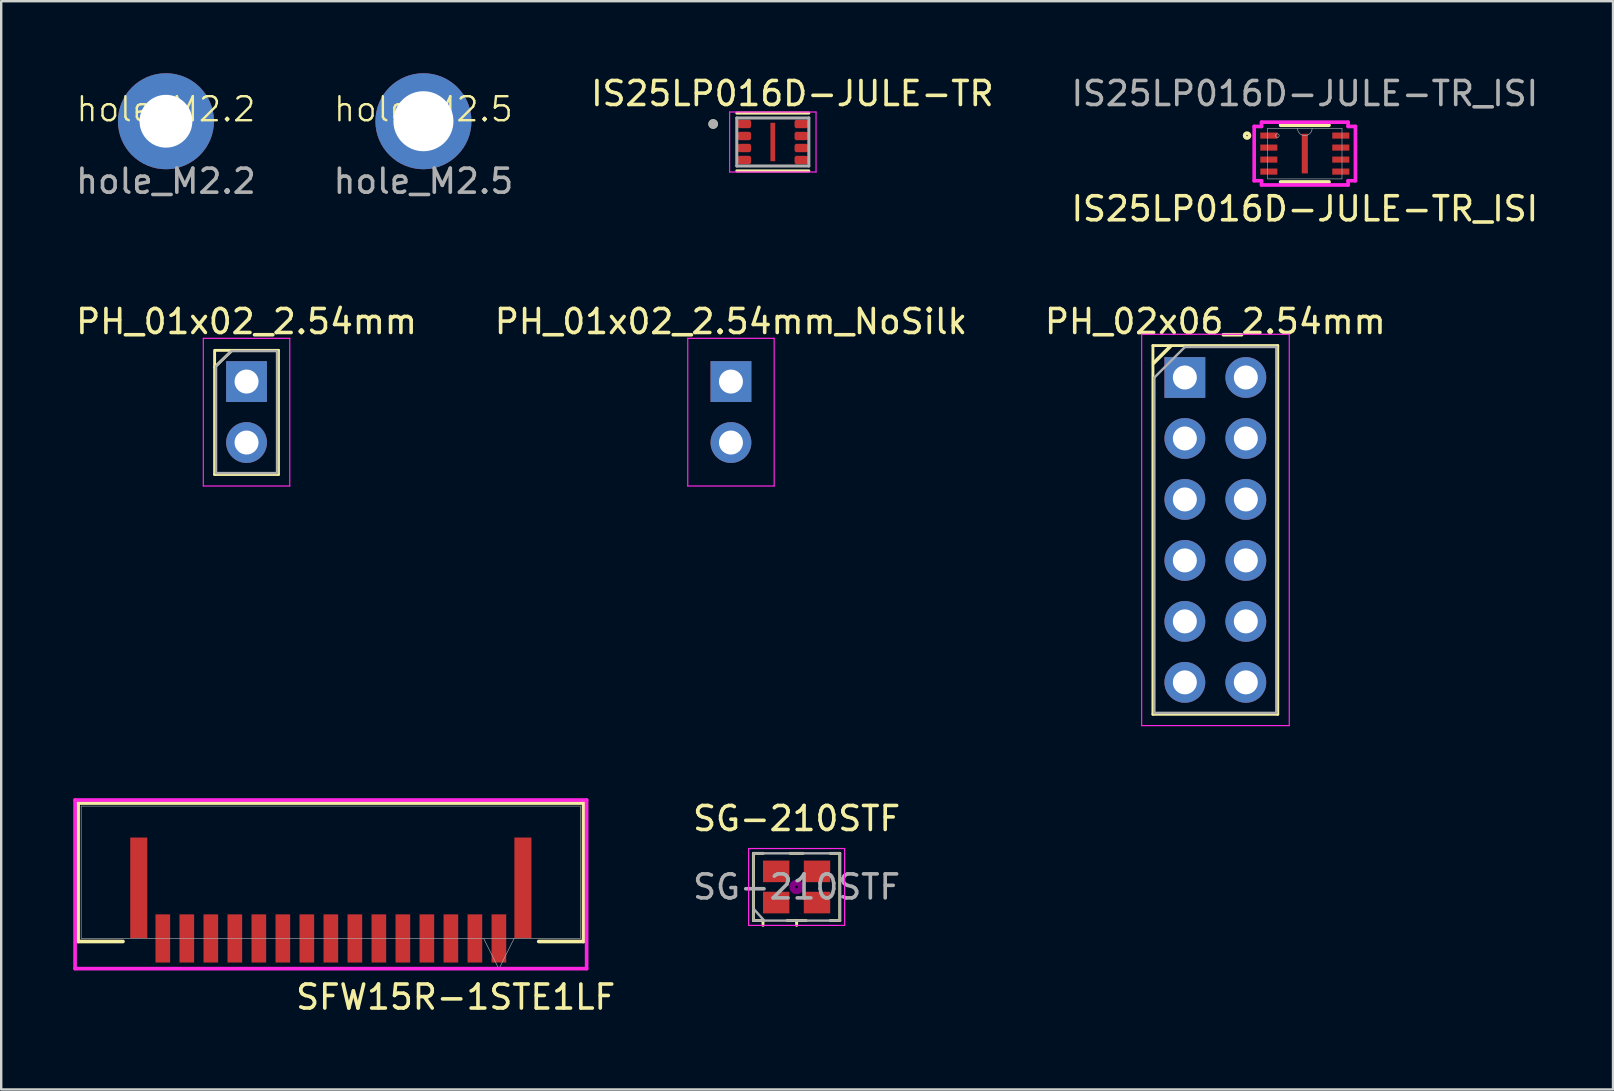
<source format=kicad_pcb>
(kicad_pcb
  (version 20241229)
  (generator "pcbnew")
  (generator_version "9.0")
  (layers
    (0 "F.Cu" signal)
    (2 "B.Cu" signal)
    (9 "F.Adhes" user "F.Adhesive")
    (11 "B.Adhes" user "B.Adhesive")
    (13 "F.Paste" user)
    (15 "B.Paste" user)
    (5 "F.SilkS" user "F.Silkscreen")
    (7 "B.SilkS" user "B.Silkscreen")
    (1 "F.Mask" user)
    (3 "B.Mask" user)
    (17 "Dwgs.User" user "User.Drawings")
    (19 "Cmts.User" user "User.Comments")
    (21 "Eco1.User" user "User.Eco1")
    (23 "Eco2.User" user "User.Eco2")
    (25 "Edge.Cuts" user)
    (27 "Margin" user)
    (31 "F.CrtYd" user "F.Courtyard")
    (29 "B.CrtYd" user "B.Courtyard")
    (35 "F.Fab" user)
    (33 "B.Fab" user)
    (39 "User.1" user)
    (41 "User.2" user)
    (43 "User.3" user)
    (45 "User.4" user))
  (footprint "PH_01x02_2.54mm_NoSilk"
    (layer "F.Cu")
    (at 27.399 12.845)
    (property "Reference" "PH_01x02_2.54mm_NoSilk" (at 0 -2.5 0) (layer "F.SilkS") (effects (font (size 1 1) (thickness 0.15))))
    (attr through_hole)
    (fp_line (start -1.8 -1.8) (end -1.8 4.35) (stroke (width 0.05) (type solid)) (layer "F.CrtYd"))
    (fp_line (start -1.8 4.35) (end 1.8 4.35) (stroke (width 0.05) (type solid)) (layer "F.CrtYd"))
    (fp_line (start 1.8 -1.8) (end -1.8 -1.8) (stroke (width 0.05) (type solid)) (layer "F.CrtYd"))
    (fp_line (start 1.8 4.35) (end 1.8 -1.8) (stroke (width 0.05) (type solid)) (layer "F.CrtYd"))
    (pad "1" thru_hole rect (at 0 0) (size 1.7 1.7) (drill 1) (layers "*.Cu" "*.Mask"))
    (pad "2" thru_hole oval (at 0 2.54) (size 1.7 1.7) (drill 1) (layers "*.Cu" "*.Mask")))
  (footprint "SG-210STF"
    (layer "F.Cu")
    (at 30.134 33.898)
    (property "Reference" "SG-210STF" (at 0 -2.85 0) (layer "F.SilkS") (effects (font (size 1 1) (thickness 0.15))))
    (attr smd)
    (fp_line (start -1.8 -1.4) (end -1.385 -1.4) (stroke (width 0.12) (type solid)) (layer "F.SilkS"))
    (fp_line (start -1.8 1.4) (end -1.8 -1.4) (stroke (width 0.12) (type solid)) (layer "F.SilkS"))
    (fp_line (start -1.4 1.4) (end -1.8 1.4) (stroke (width 0.12) (type solid)) (layer "F.SilkS"))
    (fp_line (start -1.4 1.6) (end -1.4 1.4) (stroke (width 0.12) (type solid)) (layer "F.SilkS"))
    (fp_line (start -0.27 -1.4) (end 0.27 -1.4) (stroke (width 0.12) (type solid)) (layer "F.SilkS"))
    (fp_line (start 0 1.6) (end 0 1.4) (stroke (width 0.12) (type solid)) (layer "F.SilkS"))
    (fp_line (start 0.4 1.4) (end -0.4 1.4) (stroke (width 0.12) (type solid)) (layer "F.SilkS"))
    (fp_line (start 1.4 -1.4) (end 1.8 -1.4) (stroke (width 0.12) (type solid)) (layer "F.SilkS"))
    (fp_line (start 1.8 -1.4) (end 1.8 1.4) (stroke (width 0.12) (type solid)) (layer "F.SilkS"))
    (fp_line (start 1.8 1.4) (end 1.4 1.4) (stroke (width 0.12) (type solid)) (layer "F.SilkS"))
    (fp_circle (center 0 0) (end 0.058 0) (stroke (width 0.117) (type solid)) (fill no) (layer "F.Adhes"))
    (fp_circle (center 0 0) (end 0.133 0) (stroke (width 0.083) (type solid)) (fill no) (layer "F.Adhes"))
    (fp_circle (center 0 0) (end 0.208 0) (stroke (width 0.083) (type solid)) (fill no) (layer "F.Adhes"))
    (fp_circle (center 0 0) (end 0.25 0) (stroke (width 0.1) (type solid)) (fill no) (layer "F.Adhes"))
    (fp_line (start -2 -1.6) (end -2 1.6) (stroke (width 0.05) (type solid)) (layer "F.CrtYd"))
    (fp_line (start -2 1.6) (end 2 1.6) (stroke (width 0.05) (type solid)) (layer "F.CrtYd"))
    (fp_line (start 2 -1.6) (end -2 -1.6) (stroke (width 0.05) (type solid)) (layer "F.CrtYd"))
    (fp_line (start 2 1.6) (end 2 -1.6) (stroke (width 0.05) (type solid)) (layer "F.CrtYd"))
    (fp_line (start -1.8 -1.4) (end -1.8 1.4) (stroke (width 0.1) (type solid)) (layer "F.Fab"))
    (fp_line (start -1.8 0.9) (end -1.35 1.4) (stroke (width 0.1) (type solid)) (layer "F.Fab"))
    (fp_line (start -1.8 1.4) (end 1.8 1.4) (stroke (width 0.1) (type solid)) (layer "F.Fab"))
    (fp_line (start 1.8 -1.4) (end -1.8 -1.4) (stroke (width 0.1) (type solid)) (layer "F.Fab"))
    (fp_line (start 1.8 1.4) (end 1.8 -1.4) (stroke (width 0.1) (type solid)) (layer "F.Fab"))
    (fp_text user "${REFERENCE}" (at 0 0 0) (layer "F.Fab") (effects (font (size 1 1) (thickness 0.15))))
    (pad "1" smd rect (at -0.85 0.65) (size 1.1 0.9) (layers "F.Cu" "F.Mask" "F.Paste"))
    (pad "2" smd rect (at 0.85 0.65) (size 1.1 0.9) (layers "F.Cu" "F.Mask" "F.Paste"))
    (pad "3" smd rect (at 0.85 -0.65) (size 1.1 0.9) (layers "F.Cu" "F.Mask" "F.Paste"))
    (pad "4" smd rect (at -0.85 -0.65) (size 1.1 0.9) (layers "F.Cu" "F.Mask" "F.Paste")))
  (footprint "hole_M2.2"
    (layer "F.Cu")
    (at 3.863 2)
    (property "Reference" "hole_M2.2" (at 0 -0.5 0) (unlocked yes) (layer "F.SilkS") (effects (font (size 1 1) (thickness 0.1))))
    (attr smd)
    (fp_text user "${REFERENCE}" (at 0 2.5 0) (unlocked yes) (layer "F.Fab") (effects (font (size 1 1) (thickness 0.15))))
    (pad "1" thru_hole circle (at 0 0) (size 4 4) (drill 2.2) (layers "*.Cu" "*.Mask")))
  (footprint "IS25LP016D-JULE-TR"
    (layer "F.Cu")
    (at 29.143 2.865)
    (property "Reference" "IS25LP016D-JULE-TR" (at 0.815 -2.017 0) (layer "F.SilkS") (effects (font (size 1 1) (thickness 0.15))))
    (attr smd)
    (fp_line (start -1.5 -1.205) (end 1.5 -1.205) (stroke (width 0.127) (type solid)) (layer "F.SilkS"))
    (fp_line (start -1.5 1.205) (end 1.5 1.205) (stroke (width 0.127) (type solid)) (layer "F.SilkS"))
    (fp_circle (center -2.485 -0.75) (end -2.385 -0.75) (stroke (width 0.2) (type solid)) (fill no) (layer "F.SilkS"))
    (fp_poly (pts (xy -0.07 -0.565) (xy 0.07 -0.565) (xy 0.07 0.565) (xy -0.07 0.565)) (stroke (width 0.01) (type solid)) (fill yes) (layer "F.Paste"))
    (fp_line (start -1.8 -1.25) (end -1.8 1.25) (stroke (width 0.05) (type solid)) (layer "F.CrtYd"))
    (fp_line (start -1.8 -1.25) (end 1.8 -1.25) (stroke (width 0.05) (type solid)) (layer "F.CrtYd"))
    (fp_line (start -1.8 1.25) (end 1.8 1.25) (stroke (width 0.05) (type solid)) (layer "F.CrtYd"))
    (fp_line (start 1.8 -1.25) (end 1.8 1.25) (stroke (width 0.05) (type solid)) (layer "F.CrtYd"))
    (fp_line (start -1.5 -1) (end -1.5 1) (stroke (width 0.127) (type solid)) (layer "F.Fab"))
    (fp_line (start -1.5 -1) (end 1.5 -1) (stroke (width 0.127) (type solid)) (layer "F.Fab"))
    (fp_line (start -1.5 1) (end 1.5 1) (stroke (width 0.127) (type solid)) (layer "F.Fab"))
    (fp_line (start 1.5 -1) (end 1.5 1) (stroke (width 0.127) (type solid)) (layer "F.Fab"))
    (fp_circle (center -2.485 -0.75) (end -2.385 -0.75) (stroke (width 0.2) (type solid)) (fill no) (layer "F.Fab"))
    (pad "1" smd roundrect (at -1.185 -0.75) (size 0.56 0.35) (layers "F.Cu" "F.Mask" "F.Paste") (roundrect_rratio 0.25))
    (pad "2" smd roundrect (at -1.185 -0.25) (size 0.56 0.35) (layers "F.Cu" "F.Mask" "F.Paste") (roundrect_rratio 0.25))
    (pad "3" smd roundrect (at -1.185 0.25) (size 0.56 0.35) (layers "F.Cu" "F.Mask" "F.Paste") (roundrect_rratio 0.25))
    (pad "4" smd roundrect (at -1.185 0.75) (size 0.56 0.35) (layers "F.Cu" "F.Mask" "F.Paste") (roundrect_rratio 0.25))
    (pad "5" smd roundrect (at 1.185 0.75) (size 0.56 0.35) (layers "F.Cu" "F.Mask" "F.Paste") (roundrect_rratio 0.25))
    (pad "6" smd roundrect (at 1.185 0.25) (size 0.56 0.35) (layers "F.Cu" "F.Mask" "F.Paste") (roundrect_rratio 0.25))
    (pad "7" smd roundrect (at 1.185 -0.25) (size 0.56 0.35) (layers "F.Cu" "F.Mask" "F.Paste") (roundrect_rratio 0.25))
    (pad "8" smd roundrect (at 1.185 -0.75) (size 0.56 0.35) (layers "F.Cu" "F.Mask" "F.Paste") (roundrect_rratio 0.25))
    (pad "9" smd rect (at 0 0) (size 0.2 1.6) (layers "F.Cu" "F.Mask" "F.Paste")))
  (footprint "PH_02x06_2.54mm"
    (layer "F.Cu")
    (at 46.307 12.675)
    (property "Reference" "PH_02x06_2.54mm" (at 1.27 -2.33 0) (layer "F.SilkS") (effects (font (size 1 1) (thickness 0.15))))
    (attr through_hole)
    (fp_line (start -1.33 -1.33) (end -1.33 14.03) (stroke (width 0.12) (type solid)) (layer "F.SilkS"))
    (fp_line (start -1.33 -1.33) (end 3.87 -1.33) (stroke (width 0.12) (type solid)) (layer "F.SilkS"))
    (fp_line (start -1.33 14.03) (end 3.87 14.03) (stroke (width 0.12) (type solid)) (layer "F.SilkS"))
    (fp_line (start -0.6 -1.3) (end -1.3 -0.6) (stroke (width 0.15) (type default)) (layer "F.SilkS"))
    (fp_line (start 3.87 -1.33) (end 3.87 14.03) (stroke (width 0.12) (type solid)) (layer "F.SilkS"))
    (fp_line (start -1.8 -1.8) (end -1.8 14.5) (stroke (width 0.05) (type solid)) (layer "F.CrtYd"))
    (fp_line (start -1.8 14.5) (end 4.35 14.5) (stroke (width 0.05) (type solid)) (layer "F.CrtYd"))
    (fp_line (start 4.35 -1.8) (end -1.8 -1.8) (stroke (width 0.05) (type solid)) (layer "F.CrtYd"))
    (fp_line (start 4.35 14.5) (end 4.35 -1.8) (stroke (width 0.05) (type solid)) (layer "F.CrtYd"))
    (fp_line (start -1.27 0) (end 0 -1.27) (stroke (width 0.1) (type solid)) (layer "F.Fab"))
    (fp_line (start -1.27 13.97) (end -1.27 0) (stroke (width 0.1) (type solid)) (layer "F.Fab"))
    (fp_line (start 0 -1.27) (end 3.81 -1.27) (stroke (width 0.1) (type solid)) (layer "F.Fab"))
    (fp_line (start 3.81 -1.27) (end 3.81 13.97) (stroke (width 0.1) (type solid)) (layer "F.Fab"))
    (fp_line (start 3.81 13.97) (end -1.27 13.97) (stroke (width 0.1) (type solid)) (layer "F.Fab"))
    (pad "1" thru_hole rect (at 0 0) (size 1.7 1.7) (drill 1) (layers "*.Cu" "*.Mask"))
    (pad "2" thru_hole oval (at 2.54 0) (size 1.7 1.7) (drill 1) (layers "*.Cu" "*.Mask"))
    (pad "3" thru_hole oval (at 0 2.54) (size 1.7 1.7) (drill 1) (layers "*.Cu" "*.Mask"))
    (pad "4" thru_hole oval (at 2.54 2.54) (size 1.7 1.7) (drill 1) (layers "*.Cu" "*.Mask"))
    (pad "5" thru_hole oval (at 0 5.08) (size 1.7 1.7) (drill 1) (layers "*.Cu" "*.Mask"))
    (pad "6" thru_hole oval (at 2.54 5.08) (size 1.7 1.7) (drill 1) (layers "*.Cu" "*.Mask"))
    (pad "7" thru_hole oval (at 0 7.62) (size 1.7 1.7) (drill 1) (layers "*.Cu" "*.Mask"))
    (pad "8" thru_hole oval (at 2.54 7.62) (size 1.7 1.7) (drill 1) (layers "*.Cu" "*.Mask"))
    (pad "9" thru_hole oval (at 0 10.16) (size 1.7 1.7) (drill 1) (layers "*.Cu" "*.Mask"))
    (pad "10" thru_hole oval (at 2.54 10.16) (size 1.7 1.7) (drill 1) (layers "*.Cu" "*.Mask"))
    (pad "11" thru_hole oval (at 0 12.7) (size 1.7 1.7) (drill 1) (layers "*.Cu" "*.Mask"))
    (pad "12" thru_hole oval (at 2.54 12.7) (size 1.7 1.7) (drill 1) (layers "*.Cu" "*.Mask")))
  (footprint "IS25LP016D-JULE-TR_ISI"
    (layer "F.Cu")
    (at 51.304 3.348)
    (property "Reference" "IS25LP016D-JULE-TR_ISI" (at 0 2.3 0) (unlocked yes) (layer "F.SilkS") (effects (font (size 1 1) (thickness 0.15))))
    (attr smd)
    (fp_line (start -1.008 1.181) (end 1.008 1.181) (stroke (width 0.152) (type solid)) (layer "F.SilkS"))
    (fp_line (start 1.008 -1.181) (end -1.008 -1.181) (stroke (width 0.152) (type solid)) (layer "F.SilkS"))
    (fp_circle (center -2.406 -0.75) (end -2.304 -0.75) (stroke (width 0.152) (type solid)) (fill no) (layer "F.SilkS"))
    (fp_line (start -2.109 -1.131) (end -1.803 -1.131) (stroke (width 0.152) (type solid)) (layer "F.CrtYd"))
    (fp_line (start -2.109 1.131) (end -2.109 -1.131) (stroke (width 0.152) (type solid)) (layer "F.CrtYd"))
    (fp_line (start -2.109 1.131) (end -1.803 1.131) (stroke (width 0.152) (type solid)) (layer "F.CrtYd"))
    (fp_line (start -1.803 -1.308) (end 1.803 -1.308) (stroke (width 0.152) (type solid)) (layer "F.CrtYd"))
    (fp_line (start -1.803 -1.131) (end -1.803 -1.308) (stroke (width 0.152) (type solid)) (layer "F.CrtYd"))
    (fp_line (start -1.803 1.308) (end -1.803 1.131) (stroke (width 0.152) (type solid)) (layer "F.CrtYd"))
    (fp_line (start 1.803 -1.308) (end 1.803 -1.131) (stroke (width 0.152) (type solid)) (layer "F.CrtYd"))
    (fp_line (start 1.803 1.131) (end 1.803 1.308) (stroke (width 0.152) (type solid)) (layer "F.CrtYd"))
    (fp_line (start 1.803 1.308) (end -1.803 1.308) (stroke (width 0.152) (type solid)) (layer "F.CrtYd"))
    (fp_line (start 2.109 -1.131) (end 1.803 -1.131) (stroke (width 0.152) (type solid)) (layer "F.CrtYd"))
    (fp_line (start 2.109 -1.131) (end 2.109 1.131) (stroke (width 0.152) (type solid)) (layer "F.CrtYd"))
    (fp_line (start 2.109 1.131) (end 1.803 1.131) (stroke (width 0.152) (type solid)) (layer "F.CrtYd"))
    (fp_line (start -1.549 -1.054) (end -1.549 1.054) (stroke (width 0.025) (type solid)) (layer "F.Fab"))
    (fp_line (start -1.549 1.054) (end 1.549 1.054) (stroke (width 0.025) (type solid)) (layer "F.Fab"))
    (fp_line (start 1.549 -1.054) (end -1.549 -1.054) (stroke (width 0.025) (type solid)) (layer "F.Fab"))
    (fp_line (start 1.549 1.054) (end 1.549 -1.054) (stroke (width 0.025) (type solid)) (layer "F.Fab"))
    (fp_arc (start 0.3048 -1.0541) (mid 0 -0.7493) (end -0.3048 -1.0541) (stroke (width 0.0254) (type solid)) (layer "F.Fab"))
    (fp_circle (center -1.144 -0.75) (end -1.067 -0.75) (stroke (width 0.025) (type solid)) (fill no) (layer "F.Fab"))
    (fp_text user "${REFERENCE}" (at 0 -2.5 0) (unlocked yes) (layer "F.Fab") (effects (font (size 1 1) (thickness 0.15))))
    (pad "1" smd rect (at -1.499 -0.75) (size 0.711 0.254) (layers "F.Cu" "F.Mask" "F.Paste"))
    (pad "2" smd rect (at -1.499 -0.25) (size 0.711 0.254) (layers "F.Cu" "F.Mask" "F.Paste"))
    (pad "3" smd rect (at -1.499 0.25) (size 0.711 0.254) (layers "F.Cu" "F.Mask" "F.Paste"))
    (pad "4" smd rect (at -1.499 0.75) (size 0.711 0.254) (layers "F.Cu" "F.Mask" "F.Paste"))
    (pad "5" smd rect (at 1.499 0.75) (size 0.711 0.254) (layers "F.Cu" "F.Mask" "F.Paste"))
    (pad "6" smd rect (at 1.499 0.25) (size 0.711 0.254) (layers "F.Cu" "F.Mask" "F.Paste"))
    (pad "7" smd rect (at 1.499 -0.25) (size 0.711 0.254) (layers "F.Cu" "F.Mask" "F.Paste"))
    (pad "8" smd rect (at 1.499 -0.75) (size 0.711 0.254) (layers "F.Cu" "F.Mask" "F.Paste"))
    (pad "9" smd rect (at 0 0) (size 0.254 1.651) (layers "F.Cu" "F.Mask" "F.Paste")))
  (footprint "SFW15R-1STE1LF"
    (layer "F.Cu")
    (at 10.732 33.286)
    (property "Reference" "SFW15R-1STE1LF" (at 5.2 5.2 0) (unlocked yes) (layer "F.SilkS") (effects (font (size 1 1) (thickness 0.15))))
    (attr smd)
    (fp_line (start -10.528 -2.883) (end -10.528 2.883) (stroke (width 0.152) (type solid)) (layer "F.SilkS"))
    (fp_line (start -10.528 2.883) (end -8.659 2.883) (stroke (width 0.152) (type solid)) (layer "F.SilkS"))
    (fp_line (start 8.659 2.883) (end 10.528 2.883) (stroke (width 0.152) (type solid)) (layer "F.SilkS"))
    (fp_line (start 10.528 -2.883) (end -10.528 -2.883) (stroke (width 0.152) (type solid)) (layer "F.SilkS"))
    (fp_line (start 10.528 2.883) (end 10.528 -2.883) (stroke (width 0.152) (type solid)) (layer "F.SilkS"))
    (fp_line (start -10.655 -3.01) (end -10.655 4.013) (stroke (width 0.152) (type solid)) (layer "F.CrtYd"))
    (fp_line (start -10.655 4.013) (end 10.655 4.013) (stroke (width 0.152) (type solid)) (layer "F.CrtYd"))
    (fp_line (start 10.655 -3.01) (end -10.655 -3.01) (stroke (width 0.152) (type solid)) (layer "F.CrtYd"))
    (fp_line (start 10.655 4.013) (end 10.655 -3.01) (stroke (width 0.152) (type solid)) (layer "F.CrtYd"))
    (fp_line (start -10.401 -2.756) (end -10.401 2.756) (stroke (width 0.025) (type solid)) (layer "F.Fab"))
    (fp_line (start -10.401 2.756) (end 10.401 2.756) (stroke (width 0.025) (type solid)) (layer "F.Fab"))
    (fp_line (start 6.365 2.756) (end 7 4.026) (stroke (width 0.025) (type solid)) (layer "F.Fab"))
    (fp_line (start 7.635 2.756) (end 7 4.026) (stroke (width 0.025) (type solid)) (layer "F.Fab"))
    (fp_line (start 10.401 -2.756) (end -10.401 -2.756) (stroke (width 0.025) (type solid)) (layer "F.Fab"))
    (fp_line (start 10.401 2.756) (end 10.401 -2.756) (stroke (width 0.025) (type solid)) (layer "F.Fab"))
    (pad "1" smd rect (at 7 2.756) (size 0.61 2.007) (layers "F.Cu" "F.Mask" "F.Paste"))
    (pad "2" smd rect (at 6 2.756) (size 0.61 2.007) (layers "F.Cu" "F.Mask" "F.Paste"))
    (pad "3" smd rect (at 5 2.756) (size 0.61 2.007) (layers "F.Cu" "F.Mask" "F.Paste"))
    (pad "4" smd rect (at 4 2.756) (size 0.61 2.007) (layers "F.Cu" "F.Mask" "F.Paste"))
    (pad "5" smd rect (at 3 2.756) (size 0.61 2.007) (layers "F.Cu" "F.Mask" "F.Paste"))
    (pad "6" smd rect (at 2 2.756) (size 0.61 2.007) (layers "F.Cu" "F.Mask" "F.Paste"))
    (pad "7" smd rect (at 1 2.756) (size 0.61 2.007) (layers "F.Cu" "F.Mask" "F.Paste"))
    (pad "8" smd rect (at 0 2.756) (size 0.61 2.007) (layers "F.Cu" "F.Mask" "F.Paste"))
    (pad "9" smd rect (at -1 2.756) (size 0.61 2.007) (layers "F.Cu" "F.Mask" "F.Paste"))
    (pad "10" smd rect (at -2 2.756) (size 0.61 2.007) (layers "F.Cu" "F.Mask" "F.Paste"))
    (pad "11" smd rect (at -3 2.756) (size 0.61 2.007) (layers "F.Cu" "F.Mask" "F.Paste"))
    (pad "12" smd rect (at -4 2.756) (size 0.61 2.007) (layers "F.Cu" "F.Mask" "F.Paste"))
    (pad "13" smd rect (at -5 2.756) (size 0.61 2.007) (layers "F.Cu" "F.Mask" "F.Paste"))
    (pad "14" smd rect (at -6 2.756) (size 0.61 2.007) (layers "F.Cu" "F.Mask" "F.Paste"))
    (pad "15" smd rect (at -7 2.756) (size 0.61 2.007) (layers "F.Cu" "F.Mask" "F.Paste"))
    (pad "16" smd rect (at -8.001 0.648) (size 0.711 4.191) (layers "F.Cu" "F.Mask" "F.Paste"))
    (pad "17" smd rect (at 8.001 0.648) (size 0.711 4.191) (layers "F.Cu" "F.Mask" "F.Paste")))
  (footprint "PH_01x02_2.54mm"
    (layer "F.Cu")
    (at 7.22 12.845)
    (property "Reference" "PH_01x02_2.54mm" (at 0 -2.5 0) (layer "F.SilkS") (effects (font (size 1 1) (thickness 0.15))))
    (attr through_hole)
    (fp_line (start -1.33 -1.3) (end -1.33 3.87) (stroke (width 0.12) (type solid)) (layer "F.SilkS"))
    (fp_line (start -1.33 3.87) (end 1.33 3.87) (stroke (width 0.12) (type solid)) (layer "F.SilkS"))
    (fp_line (start -0.6 -1.3) (end -1.33 -0.6) (stroke (width 0.12) (type solid)) (layer "F.SilkS"))
    (fp_line (start 1.33 -1.3) (end -1.3 -1.3) (stroke (width 0.12) (type solid)) (layer "F.SilkS"))
    (fp_line (start 1.33 -1.3) (end 1.33 3.87) (stroke (width 0.12) (type solid)) (layer "F.SilkS"))
    (fp_line (start -1.8 -1.8) (end -1.8 4.35) (stroke (width 0.05) (type solid)) (layer "F.CrtYd"))
    (fp_line (start -1.8 4.35) (end 1.8 4.35) (stroke (width 0.05) (type solid)) (layer "F.CrtYd"))
    (fp_line (start 1.8 -1.8) (end -1.8 -1.8) (stroke (width 0.05) (type solid)) (layer "F.CrtYd"))
    (fp_line (start 1.8 4.35) (end 1.8 -1.8) (stroke (width 0.05) (type solid)) (layer "F.CrtYd"))
    (fp_line (start -1.27 -0.635) (end -0.635 -1.27) (stroke (width 0.1) (type solid)) (layer "F.Fab"))
    (fp_line (start -1.27 3.81) (end -1.27 -0.635) (stroke (width 0.1) (type solid)) (layer "F.Fab"))
    (fp_line (start -0.635 -1.27) (end 1.27 -1.27) (stroke (width 0.1) (type solid)) (layer "F.Fab"))
    (fp_line (start 1.27 -1.27) (end 1.27 3.81) (stroke (width 0.1) (type solid)) (layer "F.Fab"))
    (fp_line (start 1.27 3.81) (end -1.27 3.81) (stroke (width 0.1) (type solid)) (layer "F.Fab"))
    (pad "1" thru_hole rect (at 0 0) (size 1.7 1.7) (drill 1) (layers "*.Cu" "*.Mask"))
    (pad "2" thru_hole oval (at 0 2.54) (size 1.7 1.7) (drill 1) (layers "*.Cu" "*.Mask")))
  (footprint "hole_M2.5"
    (layer "F.Cu")
    (at 14.589 2)
    (property "Reference" "hole_M2.5" (at 0 -0.5 0) (unlocked yes) (layer "F.SilkS") (effects (font (size 1 1) (thickness 0.1))))
    (attr smd)
    (fp_text user "${REFERENCE}" (at 0 2.5 0) (unlocked yes) (layer "F.Fab") (effects (font (size 1 1) (thickness 0.15))))
    (pad "1" thru_hole circle (at 0 0) (size 4 4) (drill 2.5) (layers "*.Cu" "*.Mask")))
  (gr_rect
    (start -3 -3)
    (end 64.143 42.334)
    (stroke (width 0.1) (type default))
    (fill no)
    (layer "Edge.Cuts")))
</source>
